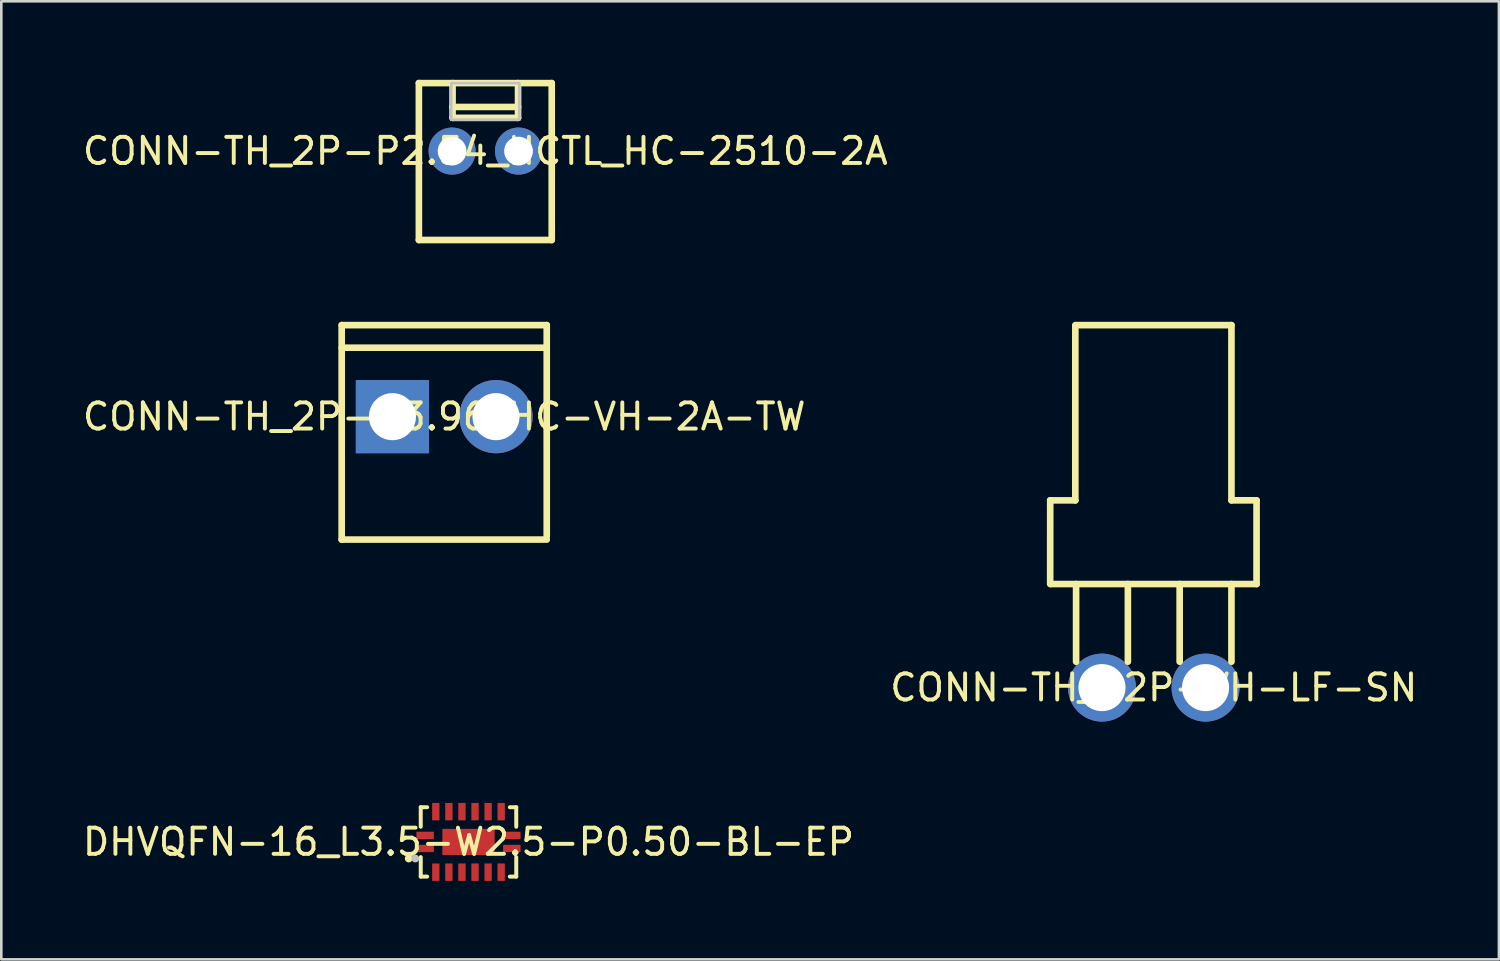
<source format=kicad_pcb>
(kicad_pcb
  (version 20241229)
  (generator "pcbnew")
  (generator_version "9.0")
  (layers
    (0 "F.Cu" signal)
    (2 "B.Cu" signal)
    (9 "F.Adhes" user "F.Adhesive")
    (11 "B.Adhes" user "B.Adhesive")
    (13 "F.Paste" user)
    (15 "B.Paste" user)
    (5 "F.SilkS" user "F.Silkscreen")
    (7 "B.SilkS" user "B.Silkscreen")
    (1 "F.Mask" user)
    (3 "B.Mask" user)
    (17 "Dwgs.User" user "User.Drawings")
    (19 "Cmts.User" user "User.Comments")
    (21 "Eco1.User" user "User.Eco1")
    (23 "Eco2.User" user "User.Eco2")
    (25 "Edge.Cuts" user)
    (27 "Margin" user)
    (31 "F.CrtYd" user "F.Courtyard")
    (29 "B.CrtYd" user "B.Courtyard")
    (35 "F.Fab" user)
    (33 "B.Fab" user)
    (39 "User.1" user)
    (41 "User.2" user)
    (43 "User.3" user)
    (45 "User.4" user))
  (footprint "DHVQFN-16_L3.5-W2.5-P0.50-BL-EP"
    (layer "F.Cu")
    (at 14.863 29.141)
    (property "Reference" "DHVQFN-16_L3.5-W2.5-P0.50-BL-EP" (at 0 0 0) (layer "F.SilkS") (effects (font (size 1 1) (thickness 0.15))))
    (fp_line (start -1.826 -1.326) (end -1.581 -1.326) (stroke (width 0.152) (type default)) (layer "F.SilkS"))
    (fp_line (start -1.826 -0.581) (end -1.826 -1.326) (stroke (width 0.152) (type default)) (layer "F.SilkS"))
    (fp_line (start -1.826 0.581) (end -1.826 1.326) (stroke (width 0.152) (type default)) (layer "F.SilkS"))
    (fp_line (start -1.826 1.326) (end -1.581 1.326) (stroke (width 0.152) (type default)) (layer "F.SilkS"))
    (fp_line (start 1.826 -1.326) (end 1.581 -1.326) (stroke (width 0.152) (type default)) (layer "F.SilkS"))
    (fp_line (start 1.826 -0.581) (end 1.826 -1.326) (stroke (width 0.152) (type default)) (layer "F.SilkS"))
    (fp_line (start 1.826 0.581) (end 1.826 1.326) (stroke (width 0.152) (type default)) (layer "F.SilkS"))
    (fp_line (start 1.826 1.326) (end 1.581 1.326) (stroke (width 0.152) (type default)) (layer "F.SilkS"))
    (fp_circle (center -2.286 0.635) (end -2.211 0.635) (stroke (width 0.15) (type default)) (fill no) (layer "F.SilkS"))
    (fp_poly (pts (xy -1.99 -0.39) (xy -1.99 -0.11) (xy -1.325 -0.11) (xy -1.325 -0.39)) (stroke (width 0) (type default)) (fill yes) (layer "F.Paste"))
    (fp_poly (pts (xy -1.99 0.11) (xy -1.99 0.39) (xy -1.325 0.39) (xy -1.325 0.11)) (stroke (width 0) (type default)) (fill yes) (layer "F.Paste"))
    (fp_poly (pts (xy -1.11 -0.825) (xy -1.11 -1.49) (xy -1.39 -1.49) (xy -1.39 -0.825)) (stroke (width 0) (type default)) (fill yes) (layer "F.Paste"))
    (fp_poly (pts (xy -1.11 1.49) (xy -1.11 0.825) (xy -1.39 0.825) (xy -1.39 1.49)) (stroke (width 0) (type default)) (fill yes) (layer "F.Paste"))
    (fp_poly (pts (xy -0.89 -1.49) (xy -0.89 -0.825) (xy -0.61 -0.825) (xy -0.61 -1.49)) (stroke (width 0) (type default)) (fill yes) (layer "F.Paste"))
    (fp_poly (pts (xy -0.8 0.4) (xy -0.8 -0.4) (xy 0.8 -0.4) (xy 0.8 0.4)) (stroke (width 0) (type default)) (fill yes) (layer "F.Paste"))
    (fp_poly (pts (xy -0.61 1.49) (xy -0.61 0.825) (xy -0.89 0.825) (xy -0.89 1.49)) (stroke (width 0) (type default)) (fill yes) (layer "F.Paste"))
    (fp_poly (pts (xy -0.39 -1.49) (xy -0.39 -0.825) (xy -0.11 -0.825) (xy -0.11 -1.49)) (stroke (width 0) (type default)) (fill yes) (layer "F.Paste"))
    (fp_poly (pts (xy -0.39 0.825) (xy -0.39 1.49) (xy -0.11 1.49) (xy -0.11 0.825)) (stroke (width 0) (type default)) (fill yes) (layer "F.Paste"))
    (fp_poly (pts (xy 0.11 -1.49) (xy 0.11 -0.825) (xy 0.39 -0.825) (xy 0.39 -1.49)) (stroke (width 0) (type default)) (fill yes) (layer "F.Paste"))
    (fp_poly (pts (xy 0.11 0.825) (xy 0.11 1.49) (xy 0.39 1.49) (xy 0.39 0.825)) (stroke (width 0) (type default)) (fill yes) (layer "F.Paste"))
    (fp_poly (pts (xy 0.61 -1.49) (xy 0.61 -0.825) (xy 0.89 -0.825) (xy 0.89 -1.49)) (stroke (width 0) (type default)) (fill yes) (layer "F.Paste"))
    (fp_poly (pts (xy 0.61 0.825) (xy 0.61 1.49) (xy 0.89 1.49) (xy 0.89 0.825)) (stroke (width 0) (type default)) (fill yes) (layer "F.Paste"))
    (fp_poly (pts (xy 1.11 -1.49) (xy 1.11 -0.825) (xy 1.39 -0.825) (xy 1.39 -1.49)) (stroke (width 0) (type default)) (fill yes) (layer "F.Paste"))
    (fp_poly (pts (xy 1.11 0.825) (xy 1.11 1.49) (xy 1.39 1.49) (xy 1.39 0.825)) (stroke (width 0) (type default)) (fill yes) (layer "F.Paste"))
    (fp_poly (pts (xy 1.325 -0.39) (xy 1.325 -0.11) (xy 1.99 -0.11) (xy 1.99 -0.39)) (stroke (width 0) (type default)) (fill yes) (layer "F.Paste"))
    (fp_poly (pts (xy 1.325 0.11) (xy 1.325 0.39) (xy 1.99 0.39) (xy 1.99 0.11)) (stroke (width 0) (type default)) (fill yes) (layer "F.Paste"))
    (fp_circle (center -2.032 0.635) (end -1.957 0.635) (stroke (width 0.15) (type default)) (fill no) (layer "Dwgs.User"))
    (fp_poly (pts (xy -1.37 -1.25) (xy -1.37 -0.85) (xy -1.13 -0.85) (xy -1.13 -1.25)) (stroke (width 0.1) (type default)) (fill no) (layer "User.1"))
    (fp_poly (pts (xy -1.37 1.25) (xy -1.37 0.85) (xy -1.13 0.85) (xy -1.13 1.25)) (stroke (width 0.1) (type default)) (fill no) (layer "User.1"))
    (fp_poly (pts (xy -1.35 -0.13) (xy -1.35 -0.37) (xy -1.75 -0.37) (xy -1.75 -0.13)) (stroke (width 0.1) (type default)) (fill no) (layer "User.1"))
    (fp_poly (pts (xy -1.35 0.37) (xy -1.35 0.13) (xy -1.75 0.13) (xy -1.75 0.37)) (stroke (width 0.1) (type default)) (fill no) (layer "User.1"))
    (fp_poly (pts (xy -1 0.5) (xy -1 -0.5) (xy 1 -0.5) (xy 1 0.5)) (stroke (width 0.1) (type default)) (fill no) (layer "User.1"))
    (fp_poly (pts (xy -0.87 -1.25) (xy -0.87 -0.85) (xy -0.63 -0.85) (xy -0.63 -1.25)) (stroke (width 0.1) (type default)) (fill no) (layer "User.1"))
    (fp_poly (pts (xy -0.87 1.25) (xy -0.87 0.85) (xy -0.63 0.85) (xy -0.63 1.25)) (stroke (width 0.1) (type default)) (fill no) (layer "User.1"))
    (fp_poly (pts (xy -0.37 -1.25) (xy -0.37 -0.85) (xy -0.13 -0.85) (xy -0.13 -1.25)) (stroke (width 0.1) (type default)) (fill no) (layer "User.1"))
    (fp_poly (pts (xy -0.37 1.25) (xy -0.37 0.85) (xy -0.13 0.85) (xy -0.13 1.25)) (stroke (width 0.1) (type default)) (fill no) (layer "User.1"))
    (fp_poly (pts (xy 0.13 -1.25) (xy 0.13 -0.85) (xy 0.37 -0.85) (xy 0.37 -1.25)) (stroke (width 0.1) (type default)) (fill no) (layer "User.1"))
    (fp_poly (pts (xy 0.13 1.25) (xy 0.13 0.85) (xy 0.37 0.85) (xy 0.37 1.25)) (stroke (width 0.1) (type default)) (fill no) (layer "User.1"))
    (fp_poly (pts (xy 0.63 -1.25) (xy 0.63 -0.85) (xy 0.87 -0.85) (xy 0.87 -1.25)) (stroke (width 0.1) (type default)) (fill no) (layer "User.1"))
    (fp_poly (pts (xy 0.63 1.25) (xy 0.63 0.85) (xy 0.87 0.85) (xy 0.87 1.25)) (stroke (width 0.1) (type default)) (fill no) (layer "User.1"))
    (fp_poly (pts (xy 1.13 -1.25) (xy 1.13 -0.85) (xy 1.37 -0.85) (xy 1.37 -1.25)) (stroke (width 0.1) (type default)) (fill no) (layer "User.1"))
    (fp_poly (pts (xy 1.13 1.25) (xy 1.13 0.85) (xy 1.37 0.85) (xy 1.37 1.25)) (stroke (width 0.1) (type default)) (fill no) (layer "User.1"))
    (fp_poly (pts (xy 1.35 -0.13) (xy 1.35 -0.37) (xy 1.75 -0.37) (xy 1.75 -0.13)) (stroke (width 0.1) (type default)) (fill no) (layer "User.1"))
    (fp_poly (pts (xy 1.35 0.37) (xy 1.35 0.13) (xy 1.75 0.13) (xy 1.75 0.37)) (stroke (width 0.1) (type default)) (fill no) (layer "User.1"))
    (fp_line (start -1.75 -1.25) (end 1.75 -1.25) (stroke (width 0.051) (type default)) (layer "User.2"))
    (fp_line (start -1.75 1.25) (end -1.75 -1.25) (stroke (width 0.051) (type default)) (layer "User.2"))
    (fp_line (start 1.75 -1.25) (end 1.75 1.25) (stroke (width 0.051) (type default)) (layer "User.2"))
    (fp_line (start 1.75 1.25) (end -1.75 1.25) (stroke (width 0.051) (type default)) (layer "User.2"))
    (fp_poly (pts (xy -1.69 1.25) (xy -1.708 1.208) (xy -1.75 1.19) (xy -1.792 1.208) (xy -1.81 1.25) (xy -1.792 1.292) (xy -1.75 1.31) (xy -1.708 1.292)) (stroke (width 0.1) (type default)) (fill no) (layer "User.3"))
    (pad "1" smd rect (at -1.657 0.25) (size 0.665 0.28) (layers "F.Cu" "F.Mask" "F.Paste"))
    (pad "2" smd rect (at -1.25 1.157) (size 0.28 0.665) (layers "F.Cu" "F.Mask" "F.Paste"))
    (pad "3" smd rect (at -0.75 1.157) (size 0.28 0.665) (layers "F.Cu" "F.Mask" "F.Paste"))
    (pad "4" smd rect (at -0.25 1.157) (size 0.28 0.665) (layers "F.Cu" "F.Mask" "F.Paste"))
    (pad "5" smd rect (at 0.25 1.157) (size 0.28 0.665) (layers "F.Cu" "F.Mask" "F.Paste"))
    (pad "6" smd rect (at 0.75 1.157) (size 0.28 0.665) (layers "F.Cu" "F.Mask" "F.Paste"))
    (pad "7" smd rect (at 1.25 1.157) (size 0.28 0.665) (layers "F.Cu" "F.Mask" "F.Paste"))
    (pad "8" smd rect (at 1.657 0.25) (size 0.665 0.28) (layers "F.Cu" "F.Mask" "F.Paste"))
    (pad "9" smd rect (at 1.657 -0.25) (size 0.665 0.28) (layers "F.Cu" "F.Mask" "F.Paste"))
    (pad "10" smd rect (at 1.25 -1.157) (size 0.28 0.665) (layers "F.Cu" "F.Mask" "F.Paste"))
    (pad "11" smd rect (at 0.75 -1.157) (size 0.28 0.665) (layers "F.Cu" "F.Mask" "F.Paste"))
    (pad "12" smd rect (at 0.25 -1.157) (size 0.28 0.665) (layers "F.Cu" "F.Mask" "F.Paste"))
    (pad "13" smd rect (at -0.25 -1.157) (size 0.28 0.665) (layers "F.Cu" "F.Mask" "F.Paste"))
    (pad "14" smd rect (at -0.75 -1.157) (size 0.28 0.665) (layers "F.Cu" "F.Mask" "F.Paste"))
    (pad "15" smd rect (at -1.25 -1.157) (size 0.28 0.665) (layers "F.Cu" "F.Mask" "F.Paste"))
    (pad "16" smd rect (at -1.657 -0.25) (size 0.665 0.28) (layers "F.Cu" "F.Mask" "F.Paste"))
    (pad "17" smd rect (at 0 0) (size 2 1) (layers "F.Cu" "F.Mask" "F.Paste")))
  (footprint "CONN-TH_2P-P3.96_HC-VH-2A-TW"
    (layer "F.Cu")
    (at 13.935 12.881)
    (property "Reference" "CONN-TH_2P-P3.96_HC-VH-2A-TW" (at 0 0 0) (layer "F.SilkS") (effects (font (size 1 1) (thickness 0.15))))
    (fp_line (start -3.92 -3.5) (end -3.92 4.7) (stroke (width 0.254) (type default)) (layer "F.SilkS"))
    (fp_line (start -3.92 -3.5) (end 3.92 -3.5) (stroke (width 0.254) (type default)) (layer "F.SilkS"))
    (fp_line (start -3.92 -2.637) (end 3.92 -2.637) (stroke (width 0.254) (type default)) (layer "F.SilkS"))
    (fp_line (start -3.92 4.7) (end 3.92 4.7) (stroke (width 0.254) (type default)) (layer "F.SilkS"))
    (fp_line (start 3.92 -3.5) (end 3.92 4.572) (stroke (width 0.254) (type default)) (layer "F.SilkS"))
    (pad "1" thru_hole rect (at -1.98 0) (size 2.8 2.8) (drill 1.8) (layers "*.Cu" "*.Mask"))
    (pad "2" thru_hole circle (at 1.98 0) (size 2.8 2.8) (drill 1.8) (layers "*.Cu" "*.Mask")))
  (footprint "CONN-TH_2P-P2.54_HCTL_HC-2510-2A"
    (layer "F.Cu")
    (at 15.506 2.727)
    (property "Reference" "CONN-TH_2P-P2.54_HCTL_HC-2510-2A" (at 0 0 0) (layer "F.SilkS") (effects (font (size 1 1) (thickness 0.15))))
    (fp_line (start -2.54 -2.6) (end 2.54 -2.6) (stroke (width 0.254) (type default)) (layer "F.SilkS"))
    (fp_line (start -2.54 3.4) (end -2.54 -2.6) (stroke (width 0.254) (type default)) (layer "F.SilkS"))
    (fp_line (start -2.54 3.4) (end 2.54 3.4) (stroke (width 0.254) (type default)) (layer "F.SilkS"))
    (fp_line (start -1.252 -2.6) (end -1.252 -1.27) (stroke (width 0.254) (type default)) (layer "F.SilkS"))
    (fp_line (start -1.252 -1.687) (end 1.252 -1.687) (stroke (width 0.254) (type default)) (layer "F.SilkS"))
    (fp_line (start -1.252 -1.27) (end 1.252 -1.27) (stroke (width 0.254) (type default)) (layer "F.SilkS"))
    (fp_line (start 1.252 -1.27) (end 1.252 -2.6) (stroke (width 0.254) (type default)) (layer "F.SilkS"))
    (fp_line (start 2.54 3.4) (end 2.54 -2.6) (stroke (width 0.254) (type default)) (layer "F.SilkS"))
    (fp_poly (pts (xy -1.3 -2.6) (xy -1.3 -1.2) (xy 1.3 -1.2) (xy 1.3 -2.6)) (stroke (width 0.1) (type default)) (fill no) (layer "Dwgs.User"))
    (fp_poly (pts (xy -1.59 -0.32) (xy -0.95 -0.32) (xy -0.95 0.32) (xy -1.59 0.32)) (stroke (width 0.1) (type default)) (fill no) (layer "User.1"))
    (fp_poly (pts (xy 0.95 -0.32) (xy 1.59 -0.32) (xy 1.59 0.32) (xy 0.95 0.32)) (stroke (width 0.1) (type default)) (fill no) (layer "User.1"))
    (fp_line (start -2.54 -2.595) (end 2.54 -2.595) (stroke (width 0.051) (type default)) (layer "User.2"))
    (fp_line (start -2.54 3.205) (end -2.54 -2.595) (stroke (width 0.051) (type default)) (layer "User.2"))
    (fp_line (start 2.54 -2.595) (end 2.54 3.205) (stroke (width 0.051) (type default)) (layer "User.2"))
    (fp_line (start 2.54 3.205) (end -2.54 3.205) (stroke (width 0.051) (type default)) (layer "User.2"))
    (fp_poly (pts (xy -2.48 3.204) (xy -2.498 3.162) (xy -2.54 3.144) (xy -2.582 3.162) (xy -2.6 3.204) (xy -2.582 3.247) (xy -2.54 3.264) (xy -2.498 3.247)) (stroke (width 0.1) (type default)) (fill no) (layer "User.3"))
    (pad "1" thru_hole circle (at -1.27 0) (size 1.8 1.8) (drill 1.1) (layers "*.Cu" "*.Mask"))
    (pad "2" thru_hole circle (at 1.27 0) (size 1.8 1.8) (drill 1.1) (layers "*.Cu" "*.Mask")))
  (footprint "CONN-TH_S2P-VH-LF-SN"
    (layer "F.Cu")
    (at 41.065 23.241)
    (property "Reference" "CONN-TH_S2P-VH-LF-SN" (at 0 0 0) (layer "F.SilkS") (effects (font (size 1 1) (thickness 0.15))))
    (fp_line (start -3.96 -7.16) (end -3.961 -3.96) (stroke (width 0.254) (type default)) (layer "F.SilkS"))
    (fp_line (start -3.96 -7.159) (end -3 -7.159) (stroke (width 0.254) (type default)) (layer "F.SilkS"))
    (fp_line (start -3.93 -3.96) (end 3.93 -3.96) (stroke (width 0.254) (type default)) (layer "F.SilkS"))
    (fp_line (start -3 -7.159) (end -3 -13.858) (stroke (width 0.254) (type default)) (layer "F.SilkS"))
    (fp_line (start -2.97 -13.86) (end 2.97 -13.86) (stroke (width 0.254) (type default)) (layer "F.SilkS"))
    (fp_line (start -2.97 -0.99) (end -2.97 -3.96) (stroke (width 0.254) (type default)) (layer "F.SilkS"))
    (fp_line (start -0.99 -0.99) (end -0.99 -3.96) (stroke (width 0.254) (type default)) (layer "F.SilkS"))
    (fp_line (start 0.99 -0.99) (end 0.99 -3.96) (stroke (width 0.254) (type default)) (layer "F.SilkS"))
    (fp_line (start 2.97 -7.16) (end 2.97 -13.86) (stroke (width 0.254) (type default)) (layer "F.SilkS"))
    (fp_line (start 2.97 -0.99) (end 2.97 -3.96) (stroke (width 0.254) (type default)) (layer "F.SilkS"))
    (fp_line (start 3.93 -7.16) (end 2.97 -7.16) (stroke (width 0.254) (type default)) (layer "F.SilkS"))
    (fp_line (start 3.93 -7.16) (end 3.93 -3.96) (stroke (width 0.254) (type default)) (layer "F.SilkS"))
    (fp_poly (pts (xy -1.18 0) (xy -1.2 -0.178) (xy -1.259 -0.347) (xy -1.355 -0.499) (xy -1.481 -0.625) (xy -1.633 -0.721) (xy -1.802 -0.78) (xy -1.98 -0.8) (xy -2.158 -0.78) (xy -2.327 -0.721) (xy -2.479 -0.625) (xy -2.605 -0.499) (xy -2.701 -0.347) (xy -2.76 -0.178) (xy -2.78 0) (xy -2.76 0.178) (xy -2.701 0.347) (xy -2.605 0.499) (xy -2.479 0.625) (xy -2.327 0.721) (xy -2.158 0.78) (xy -1.98 0.8) (xy -1.802 0.78) (xy -1.633 0.721) (xy -1.481 0.625) (xy -1.355 0.499) (xy -1.259 0.347) (xy -1.2 0.178)) (stroke (width 0.1) (type default)) (fill no) (layer "User.1"))
    (fp_poly (pts (xy 2.78 0) (xy 2.76 -0.178) (xy 2.701 -0.347) (xy 2.605 -0.499) (xy 2.479 -0.625) (xy 2.327 -0.721) (xy 2.158 -0.78) (xy 1.98 -0.8) (xy 1.802 -0.78) (xy 1.633 -0.721) (xy 1.481 -0.625) (xy 1.355 -0.499) (xy 1.259 -0.347) (xy 1.2 -0.178) (xy 1.18 0) (xy 1.2 0.178) (xy 1.259 0.347) (xy 1.355 0.499) (xy 1.481 0.625) (xy 1.633 0.721) (xy 1.802 0.78) (xy 1.98 0.8) (xy 2.158 0.78) (xy 2.327 0.721) (xy 2.479 0.625) (xy 2.605 0.499) (xy 2.701 0.347) (xy 2.76 0.178)) (stroke (width 0.1) (type default)) (fill no) (layer "User.1"))
    (fp_line (start -3.962 -7.255) (end -2.989 -7.255) (stroke (width 0.051) (type default)) (layer "User.2"))
    (fp_line (start -3.96 -7.254) (end -3.962 -7.255) (stroke (width 0.051) (type default)) (layer "User.2"))
    (fp_line (start -3.96 -6.93) (end -3.96 -7.254) (stroke (width 0.051) (type default)) (layer "User.2"))
    (fp_line (start -3.96 -3.96) (end -3.96 -6.93) (stroke (width 0.051) (type default)) (layer "User.2"))
    (fp_line (start -2.989 -7.255) (end -2.986 -7.253) (stroke (width 0.051) (type default)) (layer "User.2"))
    (fp_line (start -2.986 -13.938) (end -2.981 -13.944) (stroke (width 0.051) (type default)) (layer "User.2"))
    (fp_line (start -2.986 -7.253) (end -2.986 -13.938) (stroke (width 0.051) (type default)) (layer "User.2"))
    (fp_line (start -2.981 -13.944) (end 2.99 -13.944) (stroke (width 0.051) (type default)) (layer "User.2"))
    (fp_line (start 2.99 -13.944) (end 2.993 -13.941) (stroke (width 0.051) (type default)) (layer "User.2"))
    (fp_line (start 2.993 -13.941) (end 2.993 -7.221) (stroke (width 0.051) (type default)) (layer "User.2"))
    (fp_line (start 2.993 -7.221) (end 2.993 -7.22) (stroke (width 0.051) (type default)) (layer "User.2"))
    (fp_line (start 2.993 -7.22) (end 3.966 -7.22) (stroke (width 0.051) (type default)) (layer "User.2"))
    (fp_line (start 3.96 -3.96) (end -3.96 -3.96) (stroke (width 0.051) (type default)) (layer "User.2"))
    (fp_line (start 3.966 -7.22) (end 3.974 -7.213) (stroke (width 0.051) (type default)) (layer "User.2"))
    (fp_line (start 3.974 -7.213) (end 3.96 -3.96) (stroke (width 0.051) (type default)) (layer "User.2"))
    (fp_poly (pts (xy -4.027 1.3) (xy -4.045 1.258) (xy -4.088 1.24) (xy -4.13 1.258) (xy -4.147 1.3) (xy -4.13 1.342) (xy -4.088 1.36) (xy -4.045 1.342)) (stroke (width 0.1) (type default)) (fill no) (layer "User.3"))
    (pad "1" thru_hole circle (at -1.98 0 90) (size 2.6 2.6) (drill 1.8) (layers "*.Cu" "*.Mask"))
    (pad "2" thru_hole circle (at 1.98 0 90) (size 2.6 2.6) (drill 1.8) (layers "*.Cu" "*.Mask")))
  (gr_rect
    (start -3 -3)
    (end 54.262 33.631)
    (stroke (width 0.1) (type default))
    (fill no)
    (layer "Edge.Cuts")))
</source>
